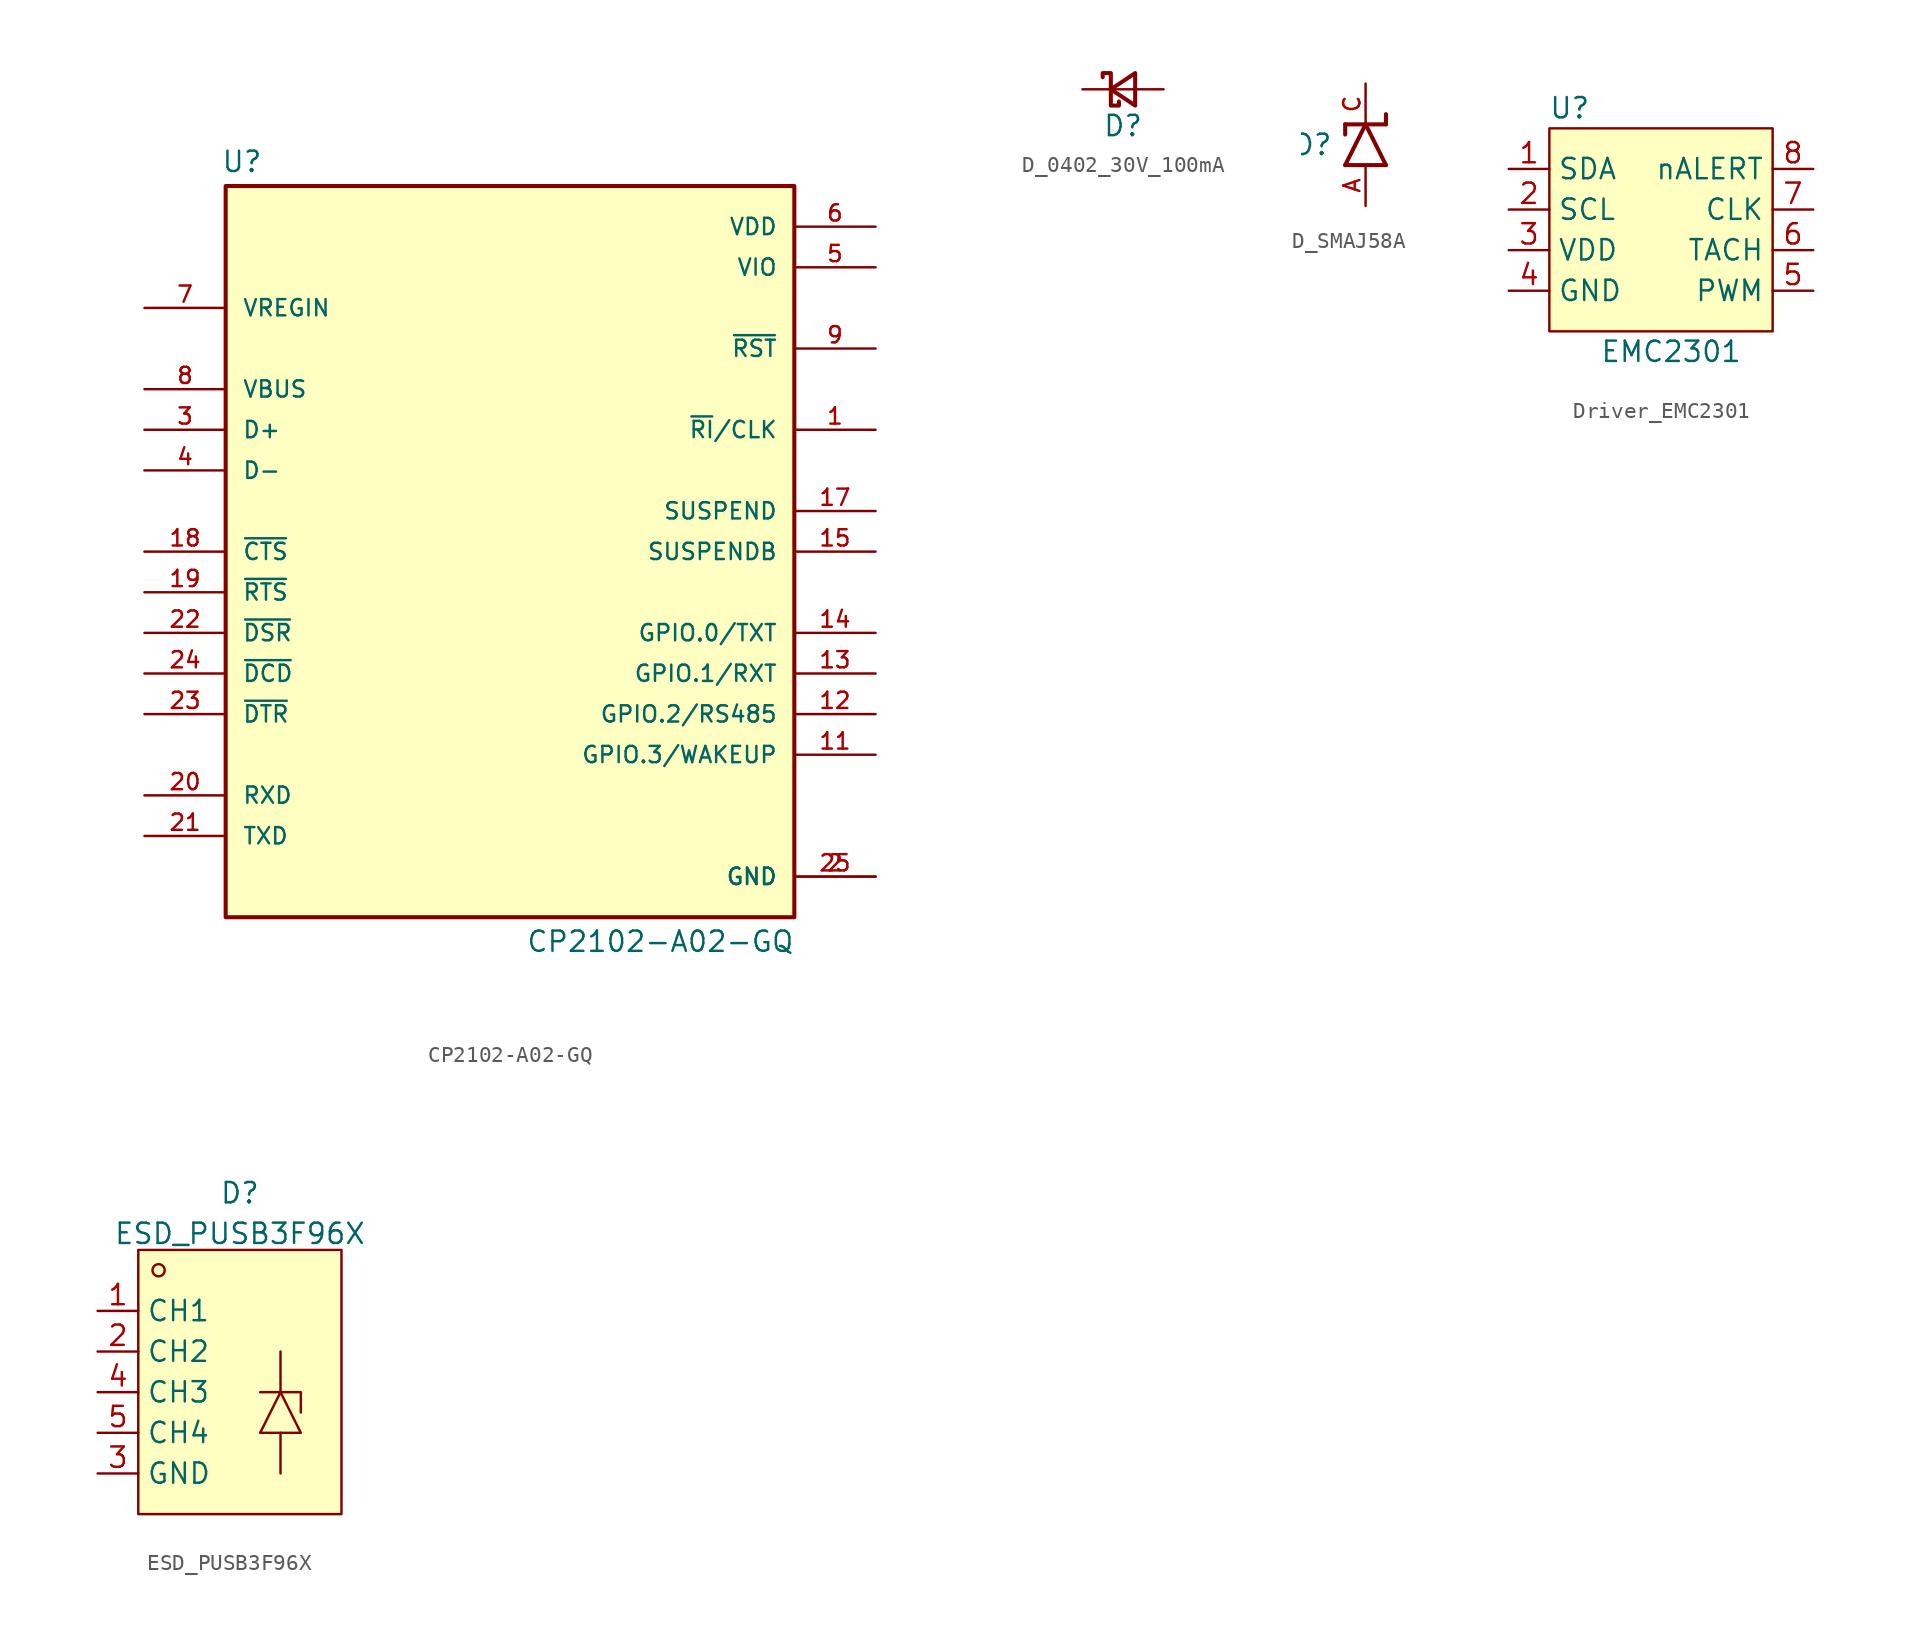
<source format=kicad_sym>
(kicad_symbol_lib
  (version 20241209)
  (generator "kicad_symbol_editor")
  (generator_version "9.0")
  (symbol "CP2102-A02-GQ"
    (pin_names
      (offset 1.016))
    (property "Reference" "U"
      (at -16.764 24.384 0)
      (effects (font (size 1.27 1.27))))
    (property "Value" "CP2102-A02-GQ"
      (at 9.398 -24.384 0)
      (effects (font (size 1.27 1.27))))
    (symbol "CP2102-A02-GQ_0_0"
      (rectangle (start -17.78 22.86) (end 17.78 -22.86) (stroke (width 0.254) (type default)) (fill (type background)))
      (pin input line (at -22.86 15.24 0) (length 5.08) (name "VREGIN" (effects (font (size 1.016 1.016)))) (number "7" (effects (font (size 1.016 1.016)))))
      (pin input line (at -22.86 10.16 0) (length 5.08) (name "VBUS" (effects (font (size 1.016 1.016)))) (number "8" (effects (font (size 1.016 1.016)))))
      (pin bidirectional line (at -22.86 7.62 0) (length 5.08) (name "D+" (effects (font (size 1.016 1.016)))) (number "3" (effects (font (size 1.016 1.016)))))
      (pin bidirectional line (at -22.86 5.08 0) (length 5.08) (name "D-" (effects (font (size 1.016 1.016)))) (number "4" (effects (font (size 1.016 1.016)))))
      (pin input line (at -22.86 0 0) (length 5.08) (name "~{CTS}" (effects (font (size 1.016 1.016)))) (number "18" (effects (font (size 1.016 1.016)))))
      (pin output line (at -22.86 -2.54 0) (length 5.08) (name "~{RTS}" (effects (font (size 1.016 1.016)))) (number "19" (effects (font (size 1.016 1.016)))))
      (pin input line (at -22.86 -5.08 0) (length 5.08) (name "~{DSR}" (effects (font (size 1.016 1.016)))) (number "22" (effects (font (size 1.016 1.016)))))
      (pin input line (at -22.86 -7.62 0) (length 5.08) (name "~{DCD}" (effects (font (size 1.016 1.016)))) (number "24" (effects (font (size 1.016 1.016)))))
      (pin output line (at -22.86 -10.16 0) (length 5.08) (name "~{DTR}" (effects (font (size 1.016 1.016)))) (number "23" (effects (font (size 1.016 1.016)))))
      (pin input line (at -22.86 -15.24 0) (length 5.08) (name "RXD" (effects (font (size 1.016 1.016)))) (number "20" (effects (font (size 1.016 1.016)))))
      (pin output line (at -22.86 -17.78 0) (length 5.08) (name "TXD" (effects (font (size 1.016 1.016)))) (number "21" (effects (font (size 1.016 1.016)))))
      (pin power_in line (at 22.86 20.32 180) (length 5.08) (name "VDD" (effects (font (size 1.016 1.016)))) (number "6" (effects (font (size 1.016 1.016)))))
      (pin power_in line (at 22.86 17.78 180) (length 5.08) (name "VIO" (effects (font (size 1.016 1.016)))) (number "5" (effects (font (size 1.016 1.016)))))
      (pin bidirectional line (at 22.86 12.7 180) (length 5.08) (name "~{RST}" (effects (font (size 1.016 1.016)))) (number "9" (effects (font (size 1.016 1.016)))))
      (pin bidirectional line (at 22.86 7.62 180) (length 5.08) (name "~{RI}/CLK" (effects (font (size 1.016 1.016)))) (number "1" (effects (font (size 1.016 1.016)))))
      (pin output line (at 22.86 2.54 180) (length 5.08) (name "SUSPEND" (effects (font (size 1.016 1.016)))) (number "17" (effects (font (size 1.016 1.016)))))
      (pin output line (at 22.86 0 180) (length 5.08) (name "SUSPENDB" (effects (font (size 1.016 1.016)))) (number "15" (effects (font (size 1.016 1.016)))))
      (pin bidirectional line (at 22.86 -5.08 180) (length 5.08) (name "GPIO.0/TXT" (effects (font (size 1.016 1.016)))) (number "14" (effects (font (size 1.016 1.016)))))
      (pin bidirectional line (at 22.86 -7.62 180) (length 5.08) (name "GPIO.1/RXT" (effects (font (size 1.016 1.016)))) (number "13" (effects (font (size 1.016 1.016)))))
      (pin bidirectional line (at 22.86 -10.16 180) (length 5.08) (name "GPIO.2/RS485" (effects (font (size 1.016 1.016)))) (number "12" (effects (font (size 1.016 1.016)))))
      (pin bidirectional line (at 22.86 -12.7 180) (length 5.08) (name "GPIO.3/WAKEUP" (effects (font (size 1.016 1.016)))) (number "11" (effects (font (size 1.016 1.016)))))
      (pin power_in line (at 22.86 -20.32 180) (length 5.08) (name "GND" (effects (font (size 1.016 1.016)))) (number "2" (effects (font (size 1.016 1.016)))))
      (pin power_in line (at 22.86 -20.32 180) (length 5.08) (name "GND" (effects (font (size 1.016 1.016)))) (number "25" (effects (font (size 1.016 1.016))))))
    (symbol "CP2102-A02-GQ_1_1"
      (pin no_connect line (at -7.62 -22.86 90) (length 2.54) (hide yes) (name "DNC" (effects (font (size 1.27 1.27)))) (number "16" (effects (font (size 1.27 1.27)))))
      (pin no_connect line (at -5.08 -22.86 90) (length 2.54) (hide yes) (name "DNC" (effects (font (size 1.27 1.27)))) (number "10" (effects (font (size 1.27 1.27)))))))
  (symbol "D_0402_30V_100mA"
    (pin_numbers
      (hide yes))
    (pin_names
      (offset 0.254)
      (hide yes))
    (property "Reference" "D"
      (at 0 -2.286 0)
      (effects (font (size 1.27 1.27))))
    (symbol "D_0402_30V_100mA_0_1"
      (polyline (pts (xy -1.27 0.762) (xy -1.27 1.016) (xy -0.762 1.016) (xy -0.762 -1.016) (xy -0.254 -1.016) (xy -0.254 -0.762)) (stroke (width 0.254) (type default)) (fill (type none)))
      (polyline (pts (xy -0.762 0) (xy 0.762 0)) (stroke (width 0) (type default)) (fill (type none)))
      (polyline (pts (xy 0.762 -1.016) (xy -0.762 0) (xy 0.762 1.016) (xy 0.762 -1.016)) (stroke (width 0.254) (type default)) (fill (type none))))
    (symbol "D_0402_30V_100mA_1_1"
      (pin passive line (at -2.54 0 0) (length 1.778) (name "K" (effects (font (size 1.27 1.27)))) (number "1" (effects (font (size 1.27 1.27)))))
      (pin passive line (at 2.54 0 180) (length 1.778) (name "A" (effects (font (size 1.27 1.27)))) (number "2" (effects (font (size 1.27 1.27)))))))
  (symbol "D_SMAJ58A"
    (pin_names
      (offset 1.016))
    (property "Reference" "D"
      (at -2.032 0 0)
      (effects (font (size 1.27 1.27)) (justify right)))
    (symbol "D_SMAJ58A_0_0"
      (polyline (pts (xy -1.27 1.27) (xy -1.27 0.635)) (stroke (width 0.254) (type default)) (fill (type none)))
      (polyline (pts (xy -1.27 -1.27) (xy 1.27 -1.27)) (stroke (width 0.254) (type default)) (fill (type none)))
      (polyline (pts (xy 0 1.27) (xy -1.27 1.27)) (stroke (width 0.254) (type default)) (fill (type none)))
      (polyline (pts (xy 0 1.27) (xy -1.27 -1.27)) (stroke (width 0.254) (type default)) (fill (type none)))
      (polyline (pts (xy 1.27 1.905) (xy 1.27 1.27)) (stroke (width 0.254) (type default)) (fill (type none)))
      (polyline (pts (xy 1.27 1.27) (xy 0 1.27)) (stroke (width 0.254) (type default)) (fill (type none)))
      (polyline (pts (xy 1.27 -1.27) (xy 0 1.27)) (stroke (width 0.254) (type default)) (fill (type none)))
      (pin passive line (at 0 3.81 270) (length 2.54) (name "~" (effects (font (size 1.016 1.016)))) (number "C" (effects (font (size 1.016 1.016)))))
      (pin passive line (at 0 -3.81 90) (length 2.54) (name "~" (effects (font (size 1.016 1.016)))) (number "A" (effects (font (size 1.016 1.016)))))))
  (symbol "Driver_EMC2301"
    (property "Reference" "U"
      (at -7.62 13.97 0)
      (effects (font (size 1.27 1.27))))
    (property "Value" "EMC2301"
      (at -1.27 -1.27 0)
      (effects (font (size 1.27 1.27))))
    (symbol "Driver_EMC2301_0_0"
      (pin open_collector line (at -11.43 10.16 0) (length 2.54) (name "SDA" (effects (font (size 1.27 1.27)))) (number "1" (effects (font (size 1.27 1.27)))))
      (pin open_collector line (at -11.43 7.62 0) (length 2.54) (name "SCL" (effects (font (size 1.27 1.27)))) (number "2" (effects (font (size 1.27 1.27)))))
      (pin power_in line (at -11.43 5.08 0) (length 2.54) (name "VDD" (effects (font (size 1.27 1.27)))) (number "3" (effects (font (size 1.27 1.27)))))
      (pin power_in line (at -11.43 2.54 0) (length 2.54) (name "GND" (effects (font (size 1.27 1.27)))) (number "4" (effects (font (size 1.27 1.27)))))
      (pin open_collector line (at 7.62 10.16 180) (length 2.54) (name "nALERT" (effects (font (size 1.27 1.27)))) (number "8" (effects (font (size 1.27 1.27)))))
      (pin input line (at 7.62 7.62 180) (length 2.54) (name "CLK" (effects (font (size 1.27 1.27)))) (number "7" (effects (font (size 1.27 1.27)))))
      (pin input line (at 7.62 5.08 180) (length 2.54) (name "TACH" (effects (font (size 1.27 1.27)))) (number "6" (effects (font (size 1.27 1.27)))))
      (pin output line (at 7.62 2.54 180) (length 2.54) (name "PWM" (effects (font (size 1.27 1.27)))) (number "5" (effects (font (size 1.27 1.27))))))
    (symbol "Driver_EMC2301_1_1"
      (rectangle (start -8.89 12.7) (end 5.08 0) (stroke (width 0) (type solid)) (fill (type background)))))
  (symbol "ESD_PUSB3F96X"
    (property "Reference" "D"
      (at 0 13.716 0)
      (effects (font (size 1.27 1.27))))
    (property "Value" "ESD_PUSB3F96X"
      (at 0 11.176 0)
      (effects (font (size 1.27 1.27))))
    (symbol "ESD_PUSB3F96X_0_1"
      (rectangle (start -6.35 10.16) (end 6.35 -6.35) (stroke (width 0) (type default)) (fill (type background)))
      (circle (center -5.08 8.89) (radius 0.38) (stroke (width 0) (type default)) (fill (type none)))
      (polyline (pts (xy 1.27 1.27) (xy 3.81 1.27) (xy 3.81 0)) (stroke (width 0) (type default)) (fill (type none)))
      (polyline (pts (xy 2.54 3.81) (xy 2.54 1.27) (xy 1.27 -1.27) (xy 3.81 -1.27) (xy 2.54 1.27)) (stroke (width 0) (type default)) (fill (type none)))
      (polyline (pts (xy 2.54 -1.27) (xy 2.54 -3.81)) (stroke (width 0) (type default)) (fill (type none))))
    (symbol "ESD_PUSB3F96X_1_1"
      (pin passive line (at -8.89 6.35 0) (length 2.54) (name "CH1" (effects (font (size 1.27 1.27)))) (number "1" (effects (font (size 1.27 1.27)))))
      (pin passive line (at -8.89 6.35 0) (length 2.54) (hide yes) (name "NC" (effects (font (size 1.27 1.27)))) (number "10" (effects (font (size 1.27 1.27)))))
      (pin passive line (at -8.89 3.81 0) (length 2.54) (name "CH2" (effects (font (size 1.27 1.27)))) (number "2" (effects (font (size 1.27 1.27)))))
      (pin passive line (at -8.89 3.81 0) (length 2.54) (hide yes) (name "NC" (effects (font (size 1.27 1.27)))) (number "9" (effects (font (size 1.27 1.27)))))
      (pin passive line (at -8.89 1.27 0) (length 2.54) (name "CH3" (effects (font (size 1.27 1.27)))) (number "4" (effects (font (size 1.27 1.27)))))
      (pin passive line (at -8.89 1.27 0) (length 2.54) (hide yes) (name "NC" (effects (font (size 1.27 1.27)))) (number "7" (effects (font (size 1.27 1.27)))))
      (pin passive line (at -8.89 -1.27 0) (length 2.54) (name "CH4" (effects (font (size 1.27 1.27)))) (number "5" (effects (font (size 1.27 1.27)))))
      (pin passive line (at -8.89 -1.27 0) (length 2.54) (hide yes) (name "NC" (effects (font (size 1.27 1.27)))) (number "6" (effects (font (size 1.27 1.27)))))
      (pin passive line (at -8.89 -3.81 0) (length 2.54) (name "GND" (effects (font (size 1.27 1.27)))) (number "3" (effects (font (size 1.27 1.27)))))
      (pin passive line (at -8.89 -3.81 0) (length 2.54) (hide yes) (name "GND" (effects (font (size 1.27 1.27)))) (number "8" (effects (font (size 1.27 1.27))))))))
</source>
